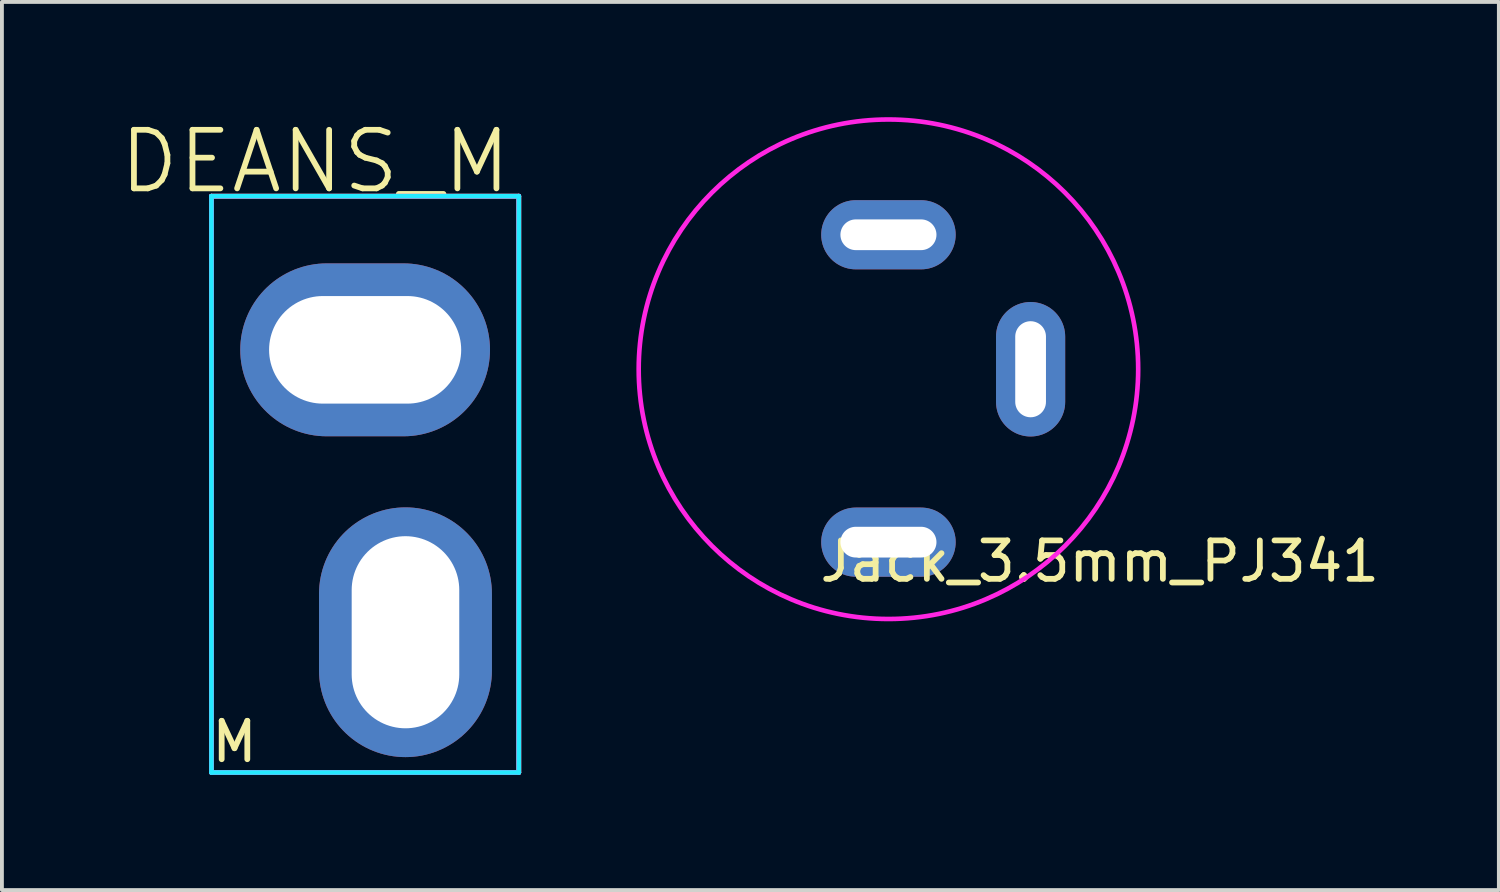
<source format=kicad_pcb>
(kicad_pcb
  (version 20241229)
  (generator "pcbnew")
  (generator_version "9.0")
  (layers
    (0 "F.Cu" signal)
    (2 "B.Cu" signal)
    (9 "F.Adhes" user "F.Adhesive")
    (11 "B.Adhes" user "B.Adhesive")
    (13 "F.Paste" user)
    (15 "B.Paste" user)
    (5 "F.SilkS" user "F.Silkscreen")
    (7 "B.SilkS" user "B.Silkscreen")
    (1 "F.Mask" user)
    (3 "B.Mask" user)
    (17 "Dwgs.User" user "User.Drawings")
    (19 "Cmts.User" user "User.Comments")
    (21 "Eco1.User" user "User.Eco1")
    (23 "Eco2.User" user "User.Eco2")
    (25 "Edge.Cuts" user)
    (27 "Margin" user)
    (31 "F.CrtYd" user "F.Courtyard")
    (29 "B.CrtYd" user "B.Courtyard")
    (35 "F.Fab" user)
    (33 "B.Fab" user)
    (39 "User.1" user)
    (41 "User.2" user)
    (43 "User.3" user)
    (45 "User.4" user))
  (footprint "Jack_3.5mm_PJ341"
    (layer "F.Cu")
    (at 20.073 6.56)
    (property "Reference" "Jack_3.5mm_PJ341" (at 5.5 5 0) (layer "F.SilkS") (effects (font (size 1 1) (thickness 0.15))))
    (attr through_hole)
    (fp_circle (center 0 0) (end 6.5 0) (stroke (width 0.12) (type solid)) (fill no) (layer "F.CrtYd"))
    (pad "R" thru_hole oval (at 0 -3.5) (size 3.5 1.8) (drill oval 2.5 0.8) (layers "*.Cu" "*.Mask"))
    (pad "S" thru_hole oval (at 3.7 0 90) (size 3.5 1.8) (drill oval 2.5 0.8) (layers "*.Cu" "*.Mask"))
    (pad "T" thru_hole oval (at 0 4.5) (size 3.5 1.8) (drill oval 2.5 0.8) (layers "*.Cu" "*.Mask")))
  (footprint "DEANS_M"
    (layer "F.Cu")
    (at 6.453 6.055)
    (property "Reference" "DEANS_M" (at -1.3 -4.9 0) (layer "F.SilkS") (effects (font (size 1.524 1.524) (thickness 0.15))))
    (attr exclude_from_pos_files exclude_from_bom)
    (fp_line (start -4 -4) (end -4 11) (stroke (width 0.12) (type solid)) (layer "F.SilkS"))
    (fp_line (start -4 -4) (end 4 -4) (stroke (width 0.12) (type solid)) (layer "F.SilkS"))
    (fp_line (start -4 11) (end 4 11) (stroke (width 0.12) (type solid)) (layer "F.SilkS"))
    (fp_line (start 4 11) (end 4 -4) (stroke (width 0.12) (type solid)) (layer "F.SilkS"))
    (fp_line (start -4 -4) (end 4 -4) (stroke (width 0.12) (type solid)) (layer "B.SilkS"))
    (fp_line (start -4 11) (end -4 -4) (stroke (width 0.12) (type solid)) (layer "B.SilkS"))
    (fp_line (start 4 -4) (end 4 11) (stroke (width 0.12) (type solid)) (layer "B.SilkS"))
    (fp_line (start 4 11) (end -4 11) (stroke (width 0.12) (type solid)) (layer "B.SilkS"))
    (fp_line (start -4 -4) (end 4 -4) (stroke (width 0.12) (type solid)) (layer "B.CrtYd"))
    (fp_line (start -4 11) (end -4 -4) (stroke (width 0.12) (type solid)) (layer "B.CrtYd"))
    (fp_line (start 4 -4) (end 4 11) (stroke (width 0.12) (type solid)) (layer "B.CrtYd"))
    (fp_line (start 4 11) (end -4 11) (stroke (width 0.12) (type solid)) (layer "B.CrtYd"))
    (fp_line (start -4 -4) (end 4 -4) (stroke (width 0.12) (type solid)) (layer "F.CrtYd"))
    (fp_line (start -4 11) (end -4 -4) (stroke (width 0.12) (type solid)) (layer "F.CrtYd"))
    (fp_line (start 4 -4) (end 4 11) (stroke (width 0.12) (type solid)) (layer "F.CrtYd"))
    (fp_line (start 4 11) (end -4 11) (stroke (width 0.12) (type solid)) (layer "F.CrtYd"))
    (fp_text user "M" (at -3.4 10.2 0) (layer "F.SilkS") (effects (font (size 1 1) (thickness 0.15))))
    (pad "+" thru_hole oval (at 0 0 90) (size 4.5 6.5) (drill oval 2.8 5) (layers "*.Cu" "*.Mask"))
    (pad "-" thru_hole oval (at 1.05 7.35 180) (size 4.5 6.5) (drill oval 2.8 5) (layers "*.Cu" "*.Mask")))
  (gr_rect
    (start -3 -3)
    (end 35.96 20.115)
    (stroke (width 0.1) (type default))
    (fill no)
    (layer "Edge.Cuts")))
</source>
